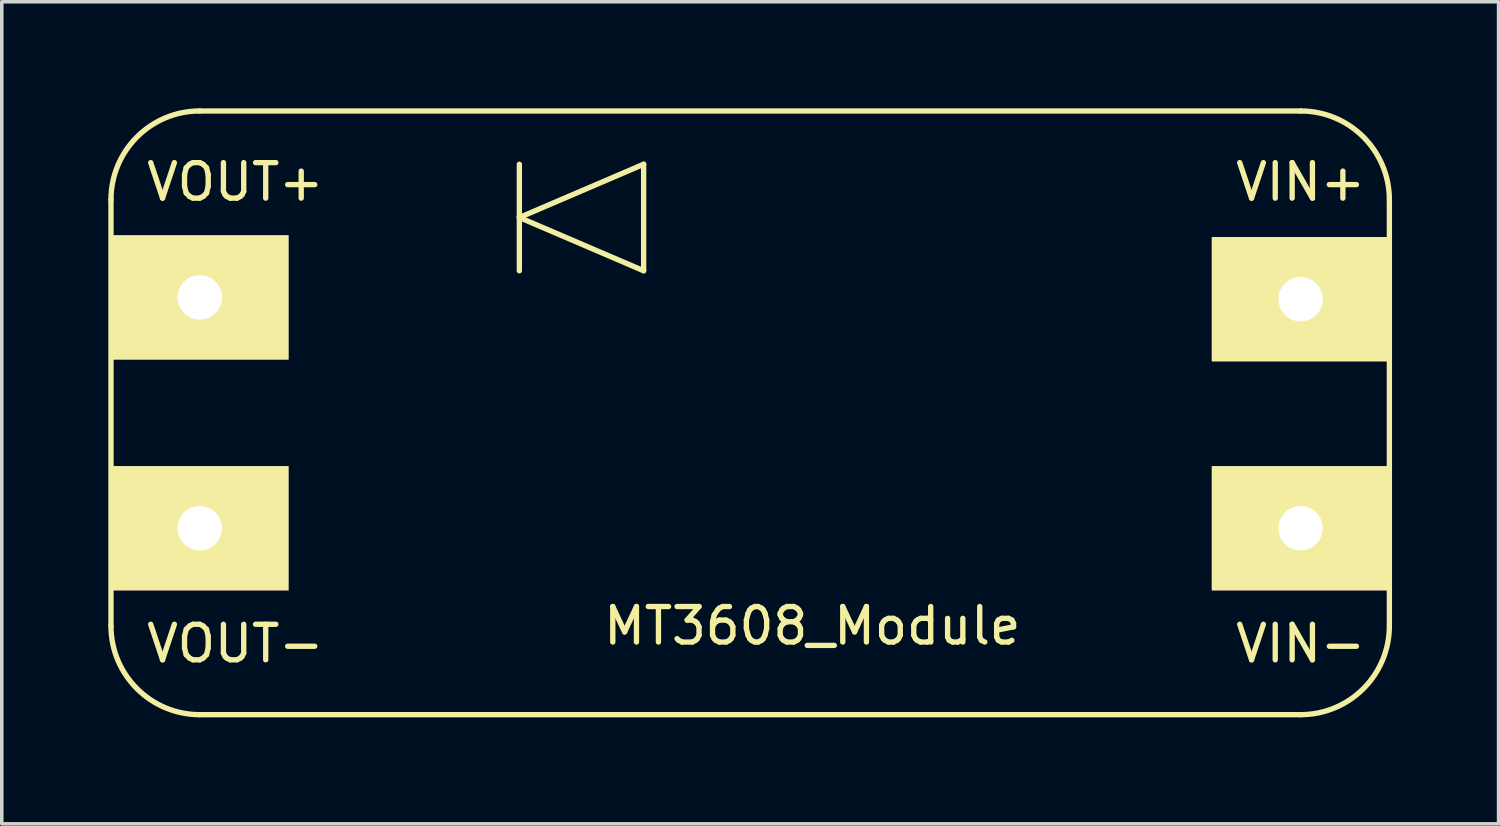
<source format=kicad_pcb>
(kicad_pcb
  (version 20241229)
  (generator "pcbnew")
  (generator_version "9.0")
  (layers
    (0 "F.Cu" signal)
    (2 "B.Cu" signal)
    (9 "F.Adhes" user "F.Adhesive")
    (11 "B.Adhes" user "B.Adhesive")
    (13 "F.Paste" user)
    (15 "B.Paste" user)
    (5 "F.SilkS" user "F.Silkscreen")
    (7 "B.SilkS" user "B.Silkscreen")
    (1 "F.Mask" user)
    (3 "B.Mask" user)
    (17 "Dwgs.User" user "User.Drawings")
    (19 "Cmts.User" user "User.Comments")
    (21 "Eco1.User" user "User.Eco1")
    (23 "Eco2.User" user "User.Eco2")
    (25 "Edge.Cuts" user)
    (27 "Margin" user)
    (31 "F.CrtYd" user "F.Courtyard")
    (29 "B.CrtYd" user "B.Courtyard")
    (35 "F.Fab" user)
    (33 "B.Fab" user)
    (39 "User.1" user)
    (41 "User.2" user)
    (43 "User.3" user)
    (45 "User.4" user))
  (footprint "MT3608_Module"
    (layer "F.Cu")
    (at 19.575 8.575)
    (property "Reference" "MT3608_Module" (at 0.25 6 180) (layer "F.SilkS") (effects (font (size 1 1) (thickness 0.15))))
    (attr through_hole)
    (fp_line (start -19.5 -6) (end -19.5 6) (stroke (width 0.15) (type solid)) (layer "F.SilkS"))
    (fp_line (start -17 8.5) (end 14 8.5) (stroke (width 0.15) (type solid)) (layer "F.SilkS"))
    (fp_line (start -8 -7) (end -8 -4) (stroke (width 0.15) (type solid)) (layer "F.SilkS"))
    (fp_line (start -8 -5.5) (end -4.5 -7) (stroke (width 0.15) (type solid)) (layer "F.SilkS"))
    (fp_line (start -4.5 -7) (end -4.5 -4) (stroke (width 0.15) (type solid)) (layer "F.SilkS"))
    (fp_line (start -4.5 -4) (end -8 -5.5) (stroke (width 0.15) (type solid)) (layer "F.SilkS"))
    (fp_line (start 14 -8.5) (end -17 -8.5) (stroke (width 0.15) (type solid)) (layer "F.SilkS"))
    (fp_line (start 16.5 6) (end 16.5 -6) (stroke (width 0.15) (type solid)) (layer "F.SilkS"))
    (fp_arc (start -19.5 -6) (mid -18.767767 -7.767767) (end -17 -8.5) (stroke (width 0.15) (type solid)) (layer "F.SilkS"))
    (fp_arc (start -17 8.5) (mid -18.767767 7.767767) (end -19.5 6) (stroke (width 0.15) (type solid)) (layer "F.SilkS"))
    (fp_arc (start 14 -8.5) (mid 15.767767 -7.767767) (end 16.5 -6) (stroke (width 0.15) (type solid)) (layer "F.SilkS"))
    (fp_arc (start 16.5 6) (mid 15.767767 7.767767) (end 14 8.5) (stroke (width 0.15) (type solid)) (layer "F.SilkS"))
    (fp_text user "VIN-" (at 14 6.5 0) (layer "F.SilkS") (effects (font (size 1 1) (thickness 0.15))))
    (fp_text user "VOUT-" (at -16 6.5 0) (layer "F.SilkS") (effects (font (size 1 1) (thickness 0.15))))
    (fp_text user "VOUT+" (at -16 -6.5 0) (layer "F.SilkS") (effects (font (size 1 1) (thickness 0.15))))
    (fp_text user "VIN+" (at 14 -6.5 0) (layer "F.SilkS") (effects (font (size 1 1) (thickness 0.15))))
    (pad "1" thru_hole rect (at 14 -3.2 180) (size 5 3.5) (drill 1.25) (layers "*.Cu" "*.Mask" "F.SilkS"))
    (pad "2" thru_hole rect (at 14 3.25 180) (size 5 3.5) (drill 1.25) (layers "*.Cu" "*.Mask" "F.SilkS"))
    (pad "3" thru_hole rect (at -17 3.25 180) (size 5 3.5) (drill 1.25) (layers "*.Cu" "*.Mask" "F.SilkS"))
    (pad "4" thru_hole rect (at -17 -3.25 180) (size 5 3.5) (drill 1.25) (layers "*.Cu" "*.Mask" "F.SilkS")))
  (gr_rect
    (start -3 -3)
    (end 39.15 20.15)
    (stroke (width 0.1) (type default))
    (fill no)
    (layer "Edge.Cuts")))
</source>
